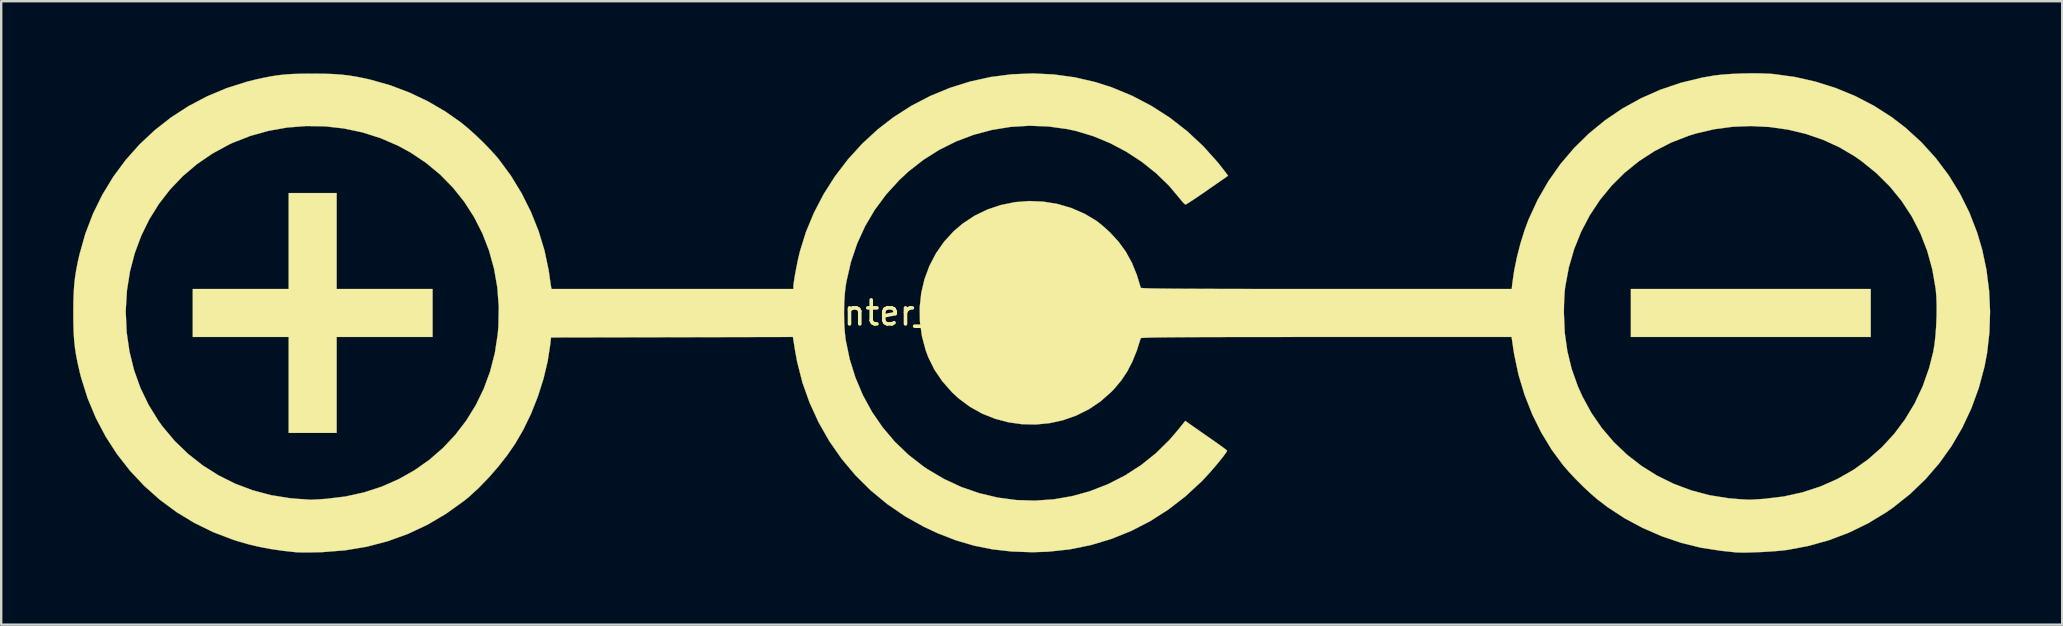
<source format=kicad_pcb>
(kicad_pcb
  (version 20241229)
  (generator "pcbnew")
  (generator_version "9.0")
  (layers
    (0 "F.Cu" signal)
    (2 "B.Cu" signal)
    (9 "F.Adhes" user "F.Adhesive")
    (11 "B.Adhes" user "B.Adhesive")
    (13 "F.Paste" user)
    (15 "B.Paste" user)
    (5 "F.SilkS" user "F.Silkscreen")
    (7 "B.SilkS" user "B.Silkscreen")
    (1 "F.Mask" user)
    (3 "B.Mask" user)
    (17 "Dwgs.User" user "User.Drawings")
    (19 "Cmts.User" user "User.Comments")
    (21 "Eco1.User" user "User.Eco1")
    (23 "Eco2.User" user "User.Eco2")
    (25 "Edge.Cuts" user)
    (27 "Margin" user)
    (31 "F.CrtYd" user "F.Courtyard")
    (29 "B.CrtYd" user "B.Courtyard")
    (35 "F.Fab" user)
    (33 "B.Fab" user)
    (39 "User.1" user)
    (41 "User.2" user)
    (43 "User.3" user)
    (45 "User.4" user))
  (footprint "Polarity_Center_Negative_20mm_SilkScreen"
    (layer "F.Cu")
    (at 39.915 9.99)
    (property "Reference" "Polarity_Center_Negative_20mm_SilkScreen" (at 0 0 0) (layer "F.SilkS") (effects (font (size 1 1) (thickness 0.15))))
    (attr board_only exclude_from_pos_files exclude_from_bom allow_missing_courtyard)
    (fp_poly (pts (xy 34.977 0.999) (xy 24.984 0.999) (xy 24.984 -0.999) (xy 34.977 -0.999) (xy 34.977 0.999)) (stroke (width 0.01) (type solid)) (fill yes) (layer "F.SilkS"))
    (fp_poly (pts (xy -28.939 -0.999) (xy -24.942 -0.999) (xy -24.942 0.999) (xy -28.939 0.999) (xy -28.939 4.997) (xy -30.938 4.997) (xy -30.938 0.999) (xy -34.935 0.999) (xy -34.935 -0.999) (xy -30.938 -0.999) (xy -30.938 -4.997) (xy -28.939 -4.997) (xy -28.939 -0.999)) (stroke (width 0.01) (type solid)) (fill yes) (layer "F.SilkS"))
    (fp_poly (pts (xy 30.382 -9.983) (xy 30.744 -9.969) (xy 30.92 -9.956) (xy 31.808 -9.835) (xy 32.68 -9.638) (xy 33.527 -9.37) (xy 34.344 -9.032) (xy 35.121 -8.627) (xy 35.852 -8.159) (xy 36.434 -7.712) (xy 37.094 -7.108) (xy 37.691 -6.449) (xy 38.224 -5.74) (xy 38.69 -4.984) (xy 39.087 -4.187) (xy 39.411 -3.352) (xy 39.621 -2.644) (xy 39.799 -1.8) (xy 39.909 -0.933) (xy 39.95 -0.058) (xy 39.923 0.811) (xy 39.827 1.66) (xy 39.721 2.223) (xy 39.483 3.113) (xy 39.174 3.964) (xy 38.795 4.774) (xy 38.349 5.539) (xy 37.837 6.256) (xy 37.262 6.923) (xy 36.626 7.535) (xy 35.931 8.09) (xy 35.638 8.295) (xy 34.87 8.761) (xy 34.069 9.152) (xy 33.232 9.469) (xy 32.358 9.711) (xy 31.509 9.871) (xy 31.296 9.897) (xy 31.032 9.921) (xy 30.736 9.942) (xy 30.425 9.96) (xy 30.117 9.972) (xy 29.83 9.98) (xy 29.581 9.981) (xy 29.387 9.976) (xy 29.314 9.97) (xy 29.211 9.958) (xy 29.05 9.941) (xy 28.858 9.921) (xy 28.731 9.907) (xy 27.908 9.781) (xy 27.084 9.578) (xy 26.271 9.302) (xy 25.481 8.959) (xy 24.724 8.554) (xy 24.015 8.091) (xy 23.589 7.765) (xy 23.317 7.531) (xy 23.019 7.254) (xy 22.718 6.955) (xy 22.437 6.658) (xy 22.196 6.384) (xy 22.168 6.35) (xy 21.682 5.693) (xy 21.249 4.978) (xy 20.872 4.215) (xy 20.556 3.413) (xy 20.305 2.582) (xy 20.124 1.732) (xy 20.089 1.509) (xy 20.014 0.999) (xy 12.296 0.999) (xy 11.32 0.999) (xy 10.425 1) (xy 9.608 1) (xy 8.864 1.001) (xy 8.192 1.002) (xy 7.588 1.004) (xy 7.049 1.005) (xy 6.572 1.007) (xy 6.155 1.01) (xy 5.793 1.012) (xy 5.485 1.016) (xy 5.227 1.019) (xy 5.016 1.023) (xy 4.849 1.028) (xy 4.724 1.033) (xy 4.636 1.038) (xy 4.584 1.044) (xy 4.563 1.051) (xy 4.563 1.051) (xy 4.395 1.578) (xy 4.209 2.036) (xy 3.998 2.442) (xy 3.752 2.81) (xy 3.464 3.155) (xy 3.333 3.291) (xy 2.885 3.687) (xy 2.397 4.014) (xy 1.876 4.274) (xy 1.33 4.466) (xy 0.767 4.59) (xy 0.193 4.646) (xy -0.382 4.634) (xy -0.953 4.554) (xy -1.51 4.406) (xy -2.047 4.191) (xy -2.556 3.907) (xy -3.029 3.555) (xy -3.303 3.301) (xy -3.707 2.842) (xy -4.034 2.359) (xy -4.289 1.843) (xy -4.393 1.565) (xy -4.554 0.964) (xy -4.637 0.358) (xy -4.642 0.014) (xy 22.194 0.014) (xy 22.229 0.82) (xy 22.337 1.589) (xy 22.518 2.331) (xy 22.775 3.054) (xy 22.964 3.477) (xy 23.34 4.164) (xy 23.779 4.801) (xy 24.277 5.384) (xy 24.831 5.91) (xy 25.435 6.377) (xy 26.085 6.782) (xy 26.776 7.121) (xy 27.505 7.393) (xy 28.267 7.594) (xy 29.058 7.72) (xy 29.522 7.759) (xy 29.672 7.767) (xy 29.804 7.775) (xy 29.855 7.778) (xy 29.935 7.778) (xy 30.078 7.773) (xy 30.266 7.762) (xy 30.481 7.748) (xy 30.529 7.745) (xy 31.346 7.647) (xy 32.131 7.474) (xy 32.879 7.23) (xy 33.587 6.917) (xy 34.252 6.539) (xy 34.87 6.098) (xy 35.438 5.597) (xy 35.953 5.04) (xy 36.41 4.428) (xy 36.808 3.766) (xy 37.142 3.056) (xy 37.409 2.301) (xy 37.581 1.624) (xy 37.634 1.311) (xy 37.676 0.939) (xy 37.705 0.531) (xy 37.722 0.11) (xy 37.724 -0.301) (xy 37.712 -0.679) (xy 37.686 -0.988) (xy 37.546 -1.803) (xy 37.333 -2.581) (xy 37.048 -3.318) (xy 36.692 -4.014) (xy 36.267 -4.665) (xy 35.773 -5.271) (xy 35.213 -5.827) (xy 34.587 -6.333) (xy 34.311 -6.526) (xy 33.674 -6.903) (xy 32.993 -7.215) (xy 32.276 -7.461) (xy 31.531 -7.639) (xy 30.768 -7.748) (xy 29.995 -7.788) (xy 29.221 -7.758) (xy 28.454 -7.656) (xy 27.702 -7.481) (xy 27.399 -7.387) (xy 26.659 -7.099) (xy 25.964 -6.742) (xy 25.317 -6.322) (xy 24.722 -5.841) (xy 24.181 -5.303) (xy 23.697 -4.713) (xy 23.274 -4.075) (xy 22.915 -3.391) (xy 22.623 -2.667) (xy 22.401 -1.905) (xy 22.252 -1.111) (xy 22.237 -1) (xy 22.222 -0.829) (xy 22.209 -0.601) (xy 22.199 -0.341) (xy 22.194 -0.075) (xy 22.194 0.014) (xy -4.642 0.014) (xy -4.646 -0.245) (xy -4.581 -0.838) (xy -4.445 -1.414) (xy -4.239 -1.966) (xy -3.967 -2.487) (xy -3.63 -2.969) (xy -3.231 -3.405) (xy -2.86 -3.721) (xy -2.36 -4.051) (xy -1.824 -4.311) (xy -1.26 -4.5) (xy -0.678 -4.618) (xy -0.084 -4.664) (xy 0.511 -4.638) (xy 1.101 -4.541) (xy 1.676 -4.372) (xy 2.228 -4.131) (xy 2.686 -3.86) (xy 2.823 -3.758) (xy 2.993 -3.617) (xy 3.171 -3.46) (xy 3.279 -3.359) (xy 3.639 -2.969) (xy 3.942 -2.552) (xy 4.194 -2.093) (xy 4.403 -1.581) (xy 4.564 -1.051) (xy 4.581 -1.045) (xy 4.629 -1.039) (xy 4.712 -1.033) (xy 4.833 -1.028) (xy 4.994 -1.024) (xy 5.2 -1.02) (xy 5.452 -1.016) (xy 5.754 -1.013) (xy 6.108 -1.01) (xy 6.519 -1.008) (xy 6.988 -1.006) (xy 7.519 -1.004) (xy 8.115 -1.002) (xy 8.779 -1.001) (xy 9.513 -1) (xy 10.322 -1) (xy 11.207 -0.999) (xy 12.172 -0.999) (xy 12.299 -0.999) (xy 20.02 -0.999) (xy 20.049 -1.26) (xy 20.125 -1.782) (xy 20.241 -2.342) (xy 20.388 -2.911) (xy 20.559 -3.458) (xy 20.72 -3.889) (xy 21.098 -4.71) (xy 21.543 -5.482) (xy 22.05 -6.203) (xy 22.617 -6.87) (xy 23.239 -7.48) (xy 23.913 -8.031) (xy 24.636 -8.521) (xy 25.405 -8.945) (xy 26.216 -9.303) (xy 27.065 -9.59) (xy 27.949 -9.805) (xy 28.455 -9.893) (xy 28.774 -9.93) (xy 29.151 -9.958) (xy 29.561 -9.977) (xy 29.98 -9.985) (xy 30.382 -9.983)) (stroke (width 0.01) (type solid)) (fill yes) (layer "F.SilkS"))
    (fp_poly (pts (xy 0.941 -9.938) (xy 1.813 -9.819) (xy 2.673 -9.62) (xy 3.352 -9.403) (xy 4.199 -9.052) (xy 5.008 -8.629) (xy 5.775 -8.136) (xy 6.494 -7.577) (xy 7.164 -6.953) (xy 7.778 -6.269) (xy 8.092 -5.868) (xy 8.202 -5.718) (xy 7.34 -5.118) (xy 7.102 -4.954) (xy 6.886 -4.807) (xy 6.701 -4.684) (xy 6.556 -4.59) (xy 6.462 -4.533) (xy 6.429 -4.518) (xy 6.381 -4.549) (xy 6.302 -4.63) (xy 6.211 -4.743) (xy 5.738 -5.306) (xy 5.2 -5.826) (xy 4.606 -6.299) (xy 3.968 -6.716) (xy 3.294 -7.073) (xy 2.595 -7.363) (xy 1.88 -7.58) (xy 1.516 -7.66) (xy 0.719 -7.771) (xy -0.076 -7.801) (xy -0.863 -7.753) (xy -1.637 -7.627) (xy -2.392 -7.426) (xy -3.122 -7.151) (xy -3.821 -6.804) (xy -4.485 -6.386) (xy -5.107 -5.901) (xy -5.497 -5.538) (xy -6.046 -4.935) (xy -6.522 -4.293) (xy -6.924 -3.61) (xy -7.254 -2.887) (xy -7.512 -2.124) (xy -7.697 -1.319) (xy -7.73 -1.124) (xy -7.767 -0.803) (xy -7.79 -0.428) (xy -7.798 -0.024) (xy -7.792 0.38) (xy -7.771 0.76) (xy -7.735 1.087) (xy -7.731 1.119) (xy -7.564 1.922) (xy -7.324 2.693) (xy -7.013 3.427) (xy -6.634 4.12) (xy -6.189 4.767) (xy -5.682 5.365) (xy -5.115 5.909) (xy -4.49 6.395) (xy -4.33 6.503) (xy -3.636 6.914) (xy -2.913 7.25) (xy -2.166 7.508) (xy -1.402 7.69) (xy -0.626 7.794) (xy 0.156 7.818) (xy 0.939 7.764) (xy 1.717 7.629) (xy 2.433 7.43) (xy 3.187 7.138) (xy 3.902 6.773) (xy 4.574 6.341) (xy 5.197 5.842) (xy 5.767 5.281) (xy 6.109 4.881) (xy 6.419 4.494) (xy 6.613 4.633) (xy 6.709 4.701) (xy 6.859 4.806) (xy 7.048 4.938) (xy 7.262 5.087) (xy 7.485 5.241) (xy 7.692 5.386) (xy 7.873 5.515) (xy 8.019 5.622) (xy 8.118 5.697) (xy 8.16 5.734) (xy 8.161 5.736) (xy 8.135 5.793) (xy 8.061 5.899) (xy 7.95 6.044) (xy 7.811 6.217) (xy 7.653 6.405) (xy 7.486 6.599) (xy 7.318 6.785) (xy 7.16 6.954) (xy 7.101 7.015) (xy 6.426 7.64) (xy 5.709 8.193) (xy 4.954 8.675) (xy 4.163 9.082) (xy 3.34 9.414) (xy 2.488 9.67) (xy 1.609 9.848) (xy 0.709 9.946) (xy 0.042 9.968) (xy -0.807 9.938) (xy -1.61 9.848) (xy -2.382 9.694) (xy -3.138 9.472) (xy -3.892 9.179) (xy -4.466 8.911) (xy -5.256 8.47) (xy -5.998 7.962) (xy -6.689 7.391) (xy -7.325 6.76) (xy -7.901 6.074) (xy -8.415 5.335) (xy -8.862 4.55) (xy -9.236 3.732) (xy -9.531 2.902) (xy -9.749 2.05) (xy -9.836 1.58) (xy -9.929 0.999) (xy -14.969 1.01) (xy -20.008 1.02) (xy -20.039 1.312) (xy -20.148 2.017) (xy -20.322 2.745) (xy -20.554 3.476) (xy -20.836 4.189) (xy -21.162 4.865) (xy -21.506 5.455) (xy -21.829 5.923) (xy -22.2 6.396) (xy -22.6 6.855) (xy -23.014 7.283) (xy -23.425 7.66) (xy -23.622 7.821) (xy -24.368 8.357) (xy -25.146 8.817) (xy -25.957 9.2) (xy -26.8 9.506) (xy -27.674 9.736) (xy -28.58 9.888) (xy -29.518 9.963) (xy -29.71 9.969) (xy -29.964 9.974) (xy -30.201 9.976) (xy -30.404 9.975) (xy -30.554 9.973) (xy -30.626 9.969) (xy -31.19 9.906) (xy -31.693 9.833) (xy -32.153 9.746) (xy -32.594 9.642) (xy -33.035 9.516) (xy -33.249 9.448) (xy -34.078 9.133) (xy -34.867 8.747) (xy -35.613 8.294) (xy -36.311 7.777) (xy -36.958 7.201) (xy -37.551 6.569) (xy -38.086 5.885) (xy -38.56 5.153) (xy -38.97 4.376) (xy -39.312 3.559) (xy -39.582 2.704) (xy -39.637 2.49) (xy -39.722 2.121) (xy -39.789 1.791) (xy -39.838 1.478) (xy -39.873 1.162) (xy -39.895 0.824) (xy -39.907 0.444) (xy -39.91 0) (xy -39.91 -0.021) (xy -37.725 -0.021) (xy -37.687 0.806) (xy -37.571 1.608) (xy -37.38 2.381) (xy -37.115 3.121) (xy -36.776 3.825) (xy -36.365 4.49) (xy -36.19 4.733) (xy -35.686 5.333) (xy -35.126 5.873) (xy -34.515 6.352) (xy -33.859 6.766) (xy -33.164 7.113) (xy -32.434 7.388) (xy -31.676 7.59) (xy -30.895 7.715) (xy -30.584 7.743) (xy -30.389 7.756) (xy -30.219 7.768) (xy -30.095 7.776) (xy -30.043 7.78) (xy -29.972 7.779) (xy -29.836 7.773) (xy -29.653 7.762) (xy -29.44 7.748) (xy -29.379 7.744) (xy -28.569 7.646) (xy -27.792 7.474) (xy -27.05 7.232) (xy -26.347 6.921) (xy -25.687 6.548) (xy -25.072 6.113) (xy -24.507 5.622) (xy -23.995 5.077) (xy -23.539 4.483) (xy -23.143 3.842) (xy -22.81 3.158) (xy -22.544 2.434) (xy -22.349 1.674) (xy -22.227 0.881) (xy -22.199 0.562) (xy -22.184 -0.263) (xy -22.245 -1.067) (xy -22.381 -1.846) (xy -22.589 -2.596) (xy -22.866 -3.313) (xy -23.211 -3.993) (xy -23.621 -4.632) (xy -24.095 -5.225) (xy -24.629 -5.769) (xy -25.221 -6.259) (xy -25.869 -6.691) (xy -26.379 -6.969) (xy -27.104 -7.283) (xy -27.857 -7.523) (xy -28.631 -7.687) (xy -29.417 -7.776) (xy -30.209 -7.789) (xy -30.998 -7.727) (xy -31.777 -7.589) (xy -32.539 -7.376) (xy -33.275 -7.087) (xy -33.427 -7.016) (xy -34.121 -6.639) (xy -34.762 -6.199) (xy -35.348 -5.701) (xy -35.875 -5.15) (xy -36.341 -4.549) (xy -36.745 -3.902) (xy -37.082 -3.214) (xy -37.352 -2.488) (xy -37.55 -1.73) (xy -37.675 -0.942) (xy -37.725 -0.13) (xy -37.725 -0.021) (xy -39.91 -0.021) (xy -39.907 -0.443) (xy -39.895 -0.824) (xy -39.873 -1.162) (xy -39.839 -1.477) (xy -39.79 -1.791) (xy -39.725 -2.123) (xy -39.654 -2.436) (xy -39.409 -3.303) (xy -39.091 -4.133) (xy -38.703 -4.922) (xy -38.25 -5.668) (xy -37.735 -6.366) (xy -37.16 -7.013) (xy -36.53 -7.605) (xy -35.848 -8.141) (xy -35.117 -8.615) (xy -34.341 -9.025) (xy -33.524 -9.367) (xy -32.667 -9.638) (xy -32.27 -9.736) (xy -31.928 -9.81) (xy -31.626 -9.867) (xy -31.342 -9.909) (xy -31.059 -9.939) (xy -30.756 -9.958) (xy -30.413 -9.968) (xy -30.011 -9.972) (xy -29.918 -9.972) (xy -29.472 -9.968) (xy -29.088 -9.955) (xy -28.746 -9.931) (xy -28.424 -9.894) (xy -28.103 -9.842) (xy -27.761 -9.773) (xy -27.526 -9.719) (xy -26.713 -9.489) (xy -25.912 -9.186) (xy -25.139 -8.819) (xy -24.407 -8.392) (xy -23.77 -7.945) (xy -23.467 -7.697) (xy -23.141 -7.404) (xy -22.813 -7.089) (xy -22.506 -6.771) (xy -22.24 -6.472) (xy -22.174 -6.392) (xy -21.673 -5.711) (xy -21.229 -4.981) (xy -20.845 -4.212) (xy -20.526 -3.415) (xy -20.279 -2.604) (xy -20.107 -1.789) (xy -20.071 -1.541) (xy -20.047 -1.366) (xy -20.025 -1.214) (xy -20.008 -1.111) (xy -20.005 -1.093) (xy -19.985 -0.999) (xy -9.91 -0.999) (xy -9.91 -1.098) (xy -9.901 -1.206) (xy -9.877 -1.376) (xy -9.842 -1.59) (xy -9.797 -1.83) (xy -9.748 -2.077) (xy -9.698 -2.313) (xy -9.649 -2.519) (xy -9.64 -2.556) (xy -9.384 -3.379) (xy -9.05 -4.181) (xy -8.645 -4.957) (xy -8.171 -5.699) (xy -7.636 -6.399) (xy -7.043 -7.051) (xy -6.397 -7.647) (xy -5.744 -8.152) (xy -4.991 -8.634) (xy -4.202 -9.044) (xy -3.384 -9.381) (xy -2.543 -9.644) (xy -1.684 -9.832) (xy -0.813 -9.944) (xy 0.064 -9.98) (xy 0.941 -9.938)) (stroke (width 0.01) (type solid)) (fill yes) (layer "F.SilkS")))
  (gr_rect
    (start -3 -3)
    (end 82.87 22.977)
    (stroke (width 0.1) (type default))
    (fill no)
    (layer "Edge.Cuts")))
</source>
